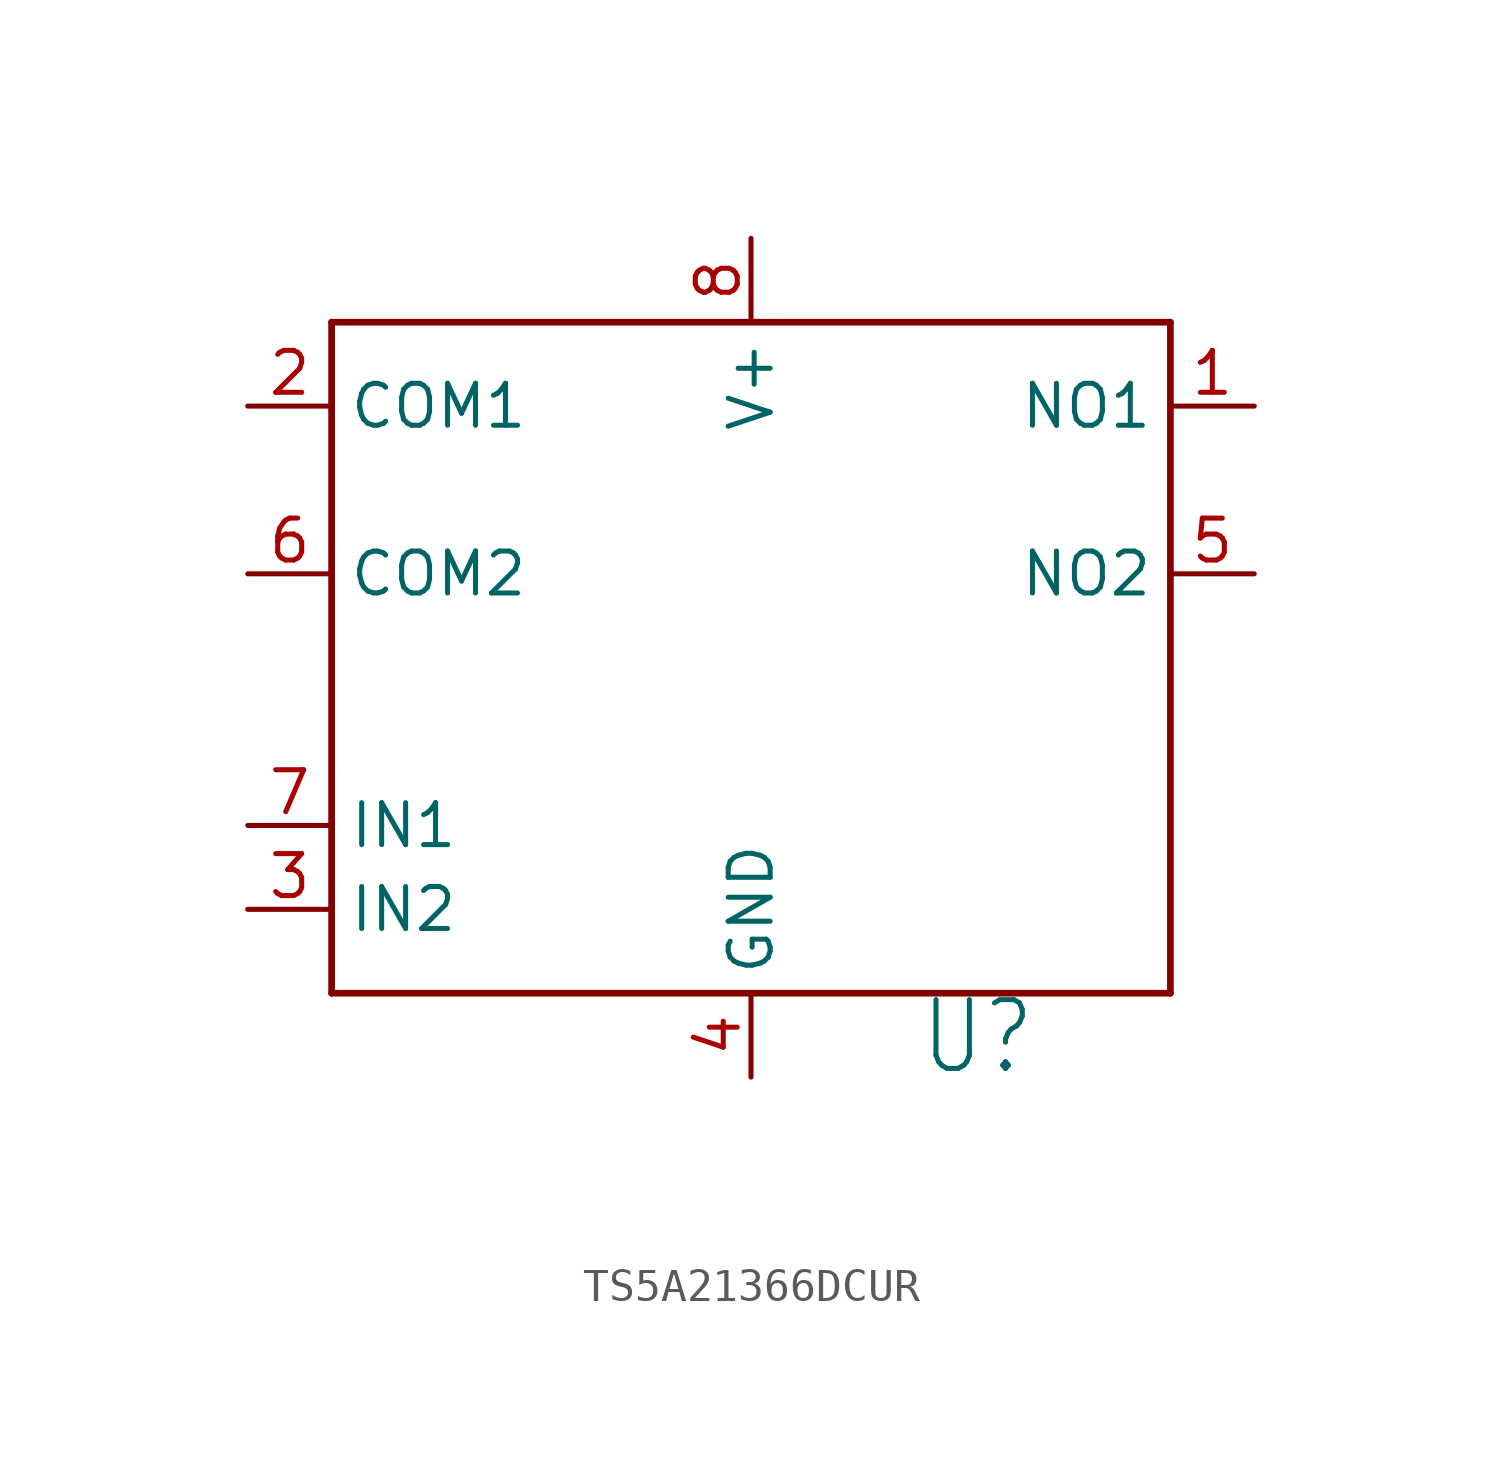
<source format=kicad_sym>
(kicad_symbol_lib
  (version 20220914)
  (generator kicad_symbol_editor)
  (symbol "TS5A21366DCUR"
    (property "Reference" "U"
      (at 5.08 -12.7 0)
      (effects (font (size 2.083 1.77)) (justify left bottom)))
    (property "Value" ""
      (at 5.08 -15.24 0)
      (effects (font (size 2.083 1.77)) (justify left bottom)))
    (property "ki_locked" ""
      (at 0 0 0)
      (effects (font (size 1.27 1.27))))
    (symbol "TS5A21366DCUR_1_0"
      (polyline (pts (xy -12.7 -10.16) (xy 12.7 -10.16)) (stroke (width 0.203) (type solid)) (fill (type none)))
      (polyline (pts (xy -12.7 10.16) (xy -12.7 -10.16)) (stroke (width 0.203) (type solid)) (fill (type none)))
      (polyline (pts (xy 12.7 -10.16) (xy 12.7 10.16)) (stroke (width 0.203) (type solid)) (fill (type none)))
      (polyline (pts (xy 12.7 10.16) (xy -12.7 10.16)) (stroke (width 0.203) (type solid)) (fill (type none)))
      (pin bidirectional line (at 15.24 7.62 180) (length 2.54) (name "NO1" (effects (font (size 1.27 1.27)))) (number "1" (effects (font (size 1.27 1.27)))))
      (pin bidirectional line (at -15.24 7.62 0) (length 2.54) (name "COM1" (effects (font (size 1.27 1.27)))) (number "2" (effects (font (size 1.27 1.27)))))
      (pin input line (at -15.24 -7.62 0) (length 2.54) (name "IN2" (effects (font (size 1.27 1.27)))) (number "3" (effects (font (size 1.27 1.27)))))
      (pin power_in line (at 0 -12.7 90) (length 2.54) (name "GND" (effects (font (size 1.27 1.27)))) (number "4" (effects (font (size 1.27 1.27)))))
      (pin bidirectional line (at 15.24 2.54 180) (length 2.54) (name "NO2" (effects (font (size 1.27 1.27)))) (number "5" (effects (font (size 1.27 1.27)))))
      (pin bidirectional line (at -15.24 2.54 0) (length 2.54) (name "COM2" (effects (font (size 1.27 1.27)))) (number "6" (effects (font (size 1.27 1.27)))))
      (pin input line (at -15.24 -5.08 0) (length 2.54) (name "IN1" (effects (font (size 1.27 1.27)))) (number "7" (effects (font (size 1.27 1.27)))))
      (pin power_in line (at 0 12.7 270) (length 2.54) (name "V+" (effects (font (size 1.27 1.27)))) (number "8" (effects (font (size 1.27 1.27))))))))
</source>
